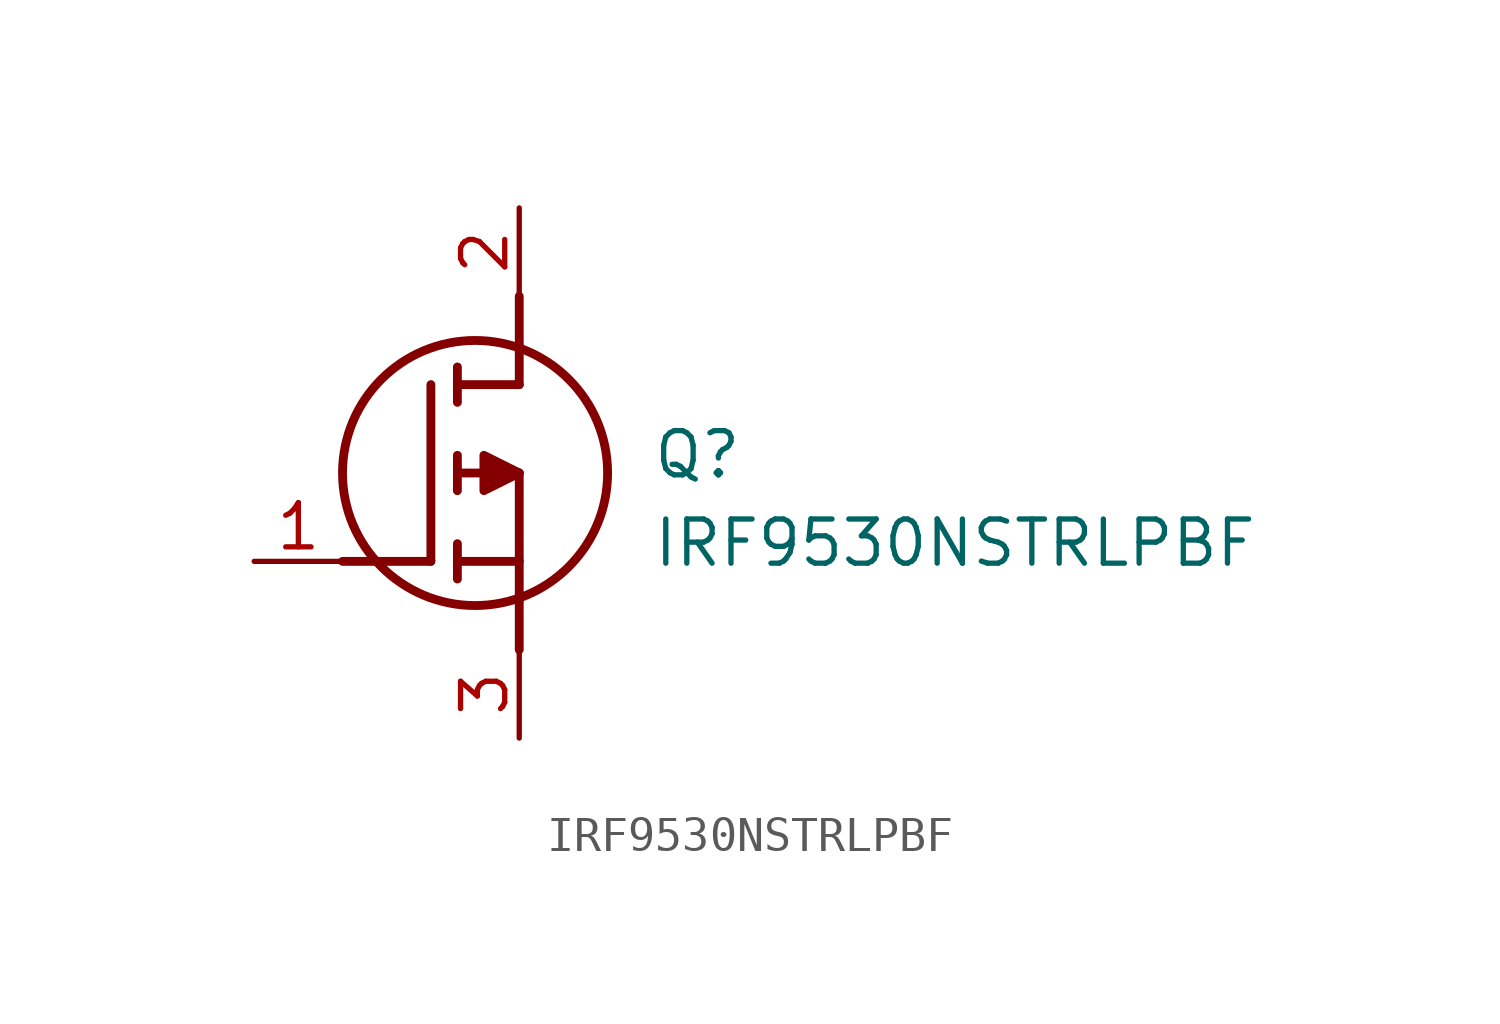
<source format=kicad_sym>
(kicad_symbol_lib
  (version 20211014)
  (generator SamacSys_ECAD_Model)
  (symbol "IRF9530NSTRLPBF"
    (pin_names hide)
    (property "Reference" "Q"
      (at 11.43 3.81 0)
      (effects (font (size 1.27 1.27)) (justify left top)))
    (property "Value" "IRF9530NSTRLPBF"
      (at 11.43 1.27 0)
      (effects (font (size 1.27 1.27)) (justify left top)))
    (polyline
      (pts (xy 7.62 2.54) (xy 7.62 -2.54))
      (stroke (width 0.254) (type default))
      (fill (type none)))
    (polyline
      (pts (xy 7.62 5.08) (xy 7.62 7.62))
      (stroke (width 0.254) (type default))
      (fill (type none)))
    (polyline
      (pts (xy 2.54 0) (xy 5.08 0))
      (stroke (width 0.254) (type default))
      (fill (type none)))
    (polyline
      (pts (xy 5.08 5.08) (xy 5.08 0))
      (stroke (width 0.254) (type default))
      (fill (type none)))
    (polyline
      (pts (xy 7.62 2.54) (xy 5.842 2.54))
      (stroke (width 0.254) (type default))
      (fill (type none)))
    (polyline
      (pts (xy 7.62 5.08) (xy 5.842 5.08))
      (stroke (width 0.254) (type default))
      (fill (type none)))
    (polyline
      (pts (xy 5.842 0) (xy 7.62 0))
      (stroke (width 0.254) (type default))
      (fill (type none)))
    (polyline
      (pts (xy 5.842 5.588) (xy 5.842 4.572))
      (stroke (width 0.254) (type default))
      (fill (type none)))
    (polyline
      (pts (xy 5.842 -0.508) (xy 5.842 0.508))
      (stroke (width 0.254) (type default))
      (fill (type none)))
    (polyline
      (pts (xy 5.842 2.032) (xy 5.842 3.048))
      (stroke (width 0.254) (type default))
      (fill (type none)))
    (circle
      (center 6.35 2.54)
      (radius 3.81)
      (stroke (width 0.254) (type default))
      (fill (type none)))
    (polyline
      (pts (xy 7.62 2.54) (xy 6.604 3.048) (xy 6.604 2.032) (xy 7.62 2.54))
      (stroke (width 0.254) (type default))
      (fill (type outline)))
    (pin passive line
      (at 0 0 0)
      (length 2.54)
      (name "G" (effects (font (size 1.27 1.27))))
      (number "1" (effects (font (size 1.27 1.27)))))
    (pin passive line
      (at 7.62 10.16 270)
      (length 2.54)
      (name "D" (effects (font (size 1.27 1.27))))
      (number "2" (effects (font (size 1.27 1.27)))))
    (pin passive line
      (at 7.62 -5.08 90)
      (length 2.54)
      (name "S" (effects (font (size 1.27 1.27))))
      (number "3" (effects (font (size 1.27 1.27)))))))
</source>
